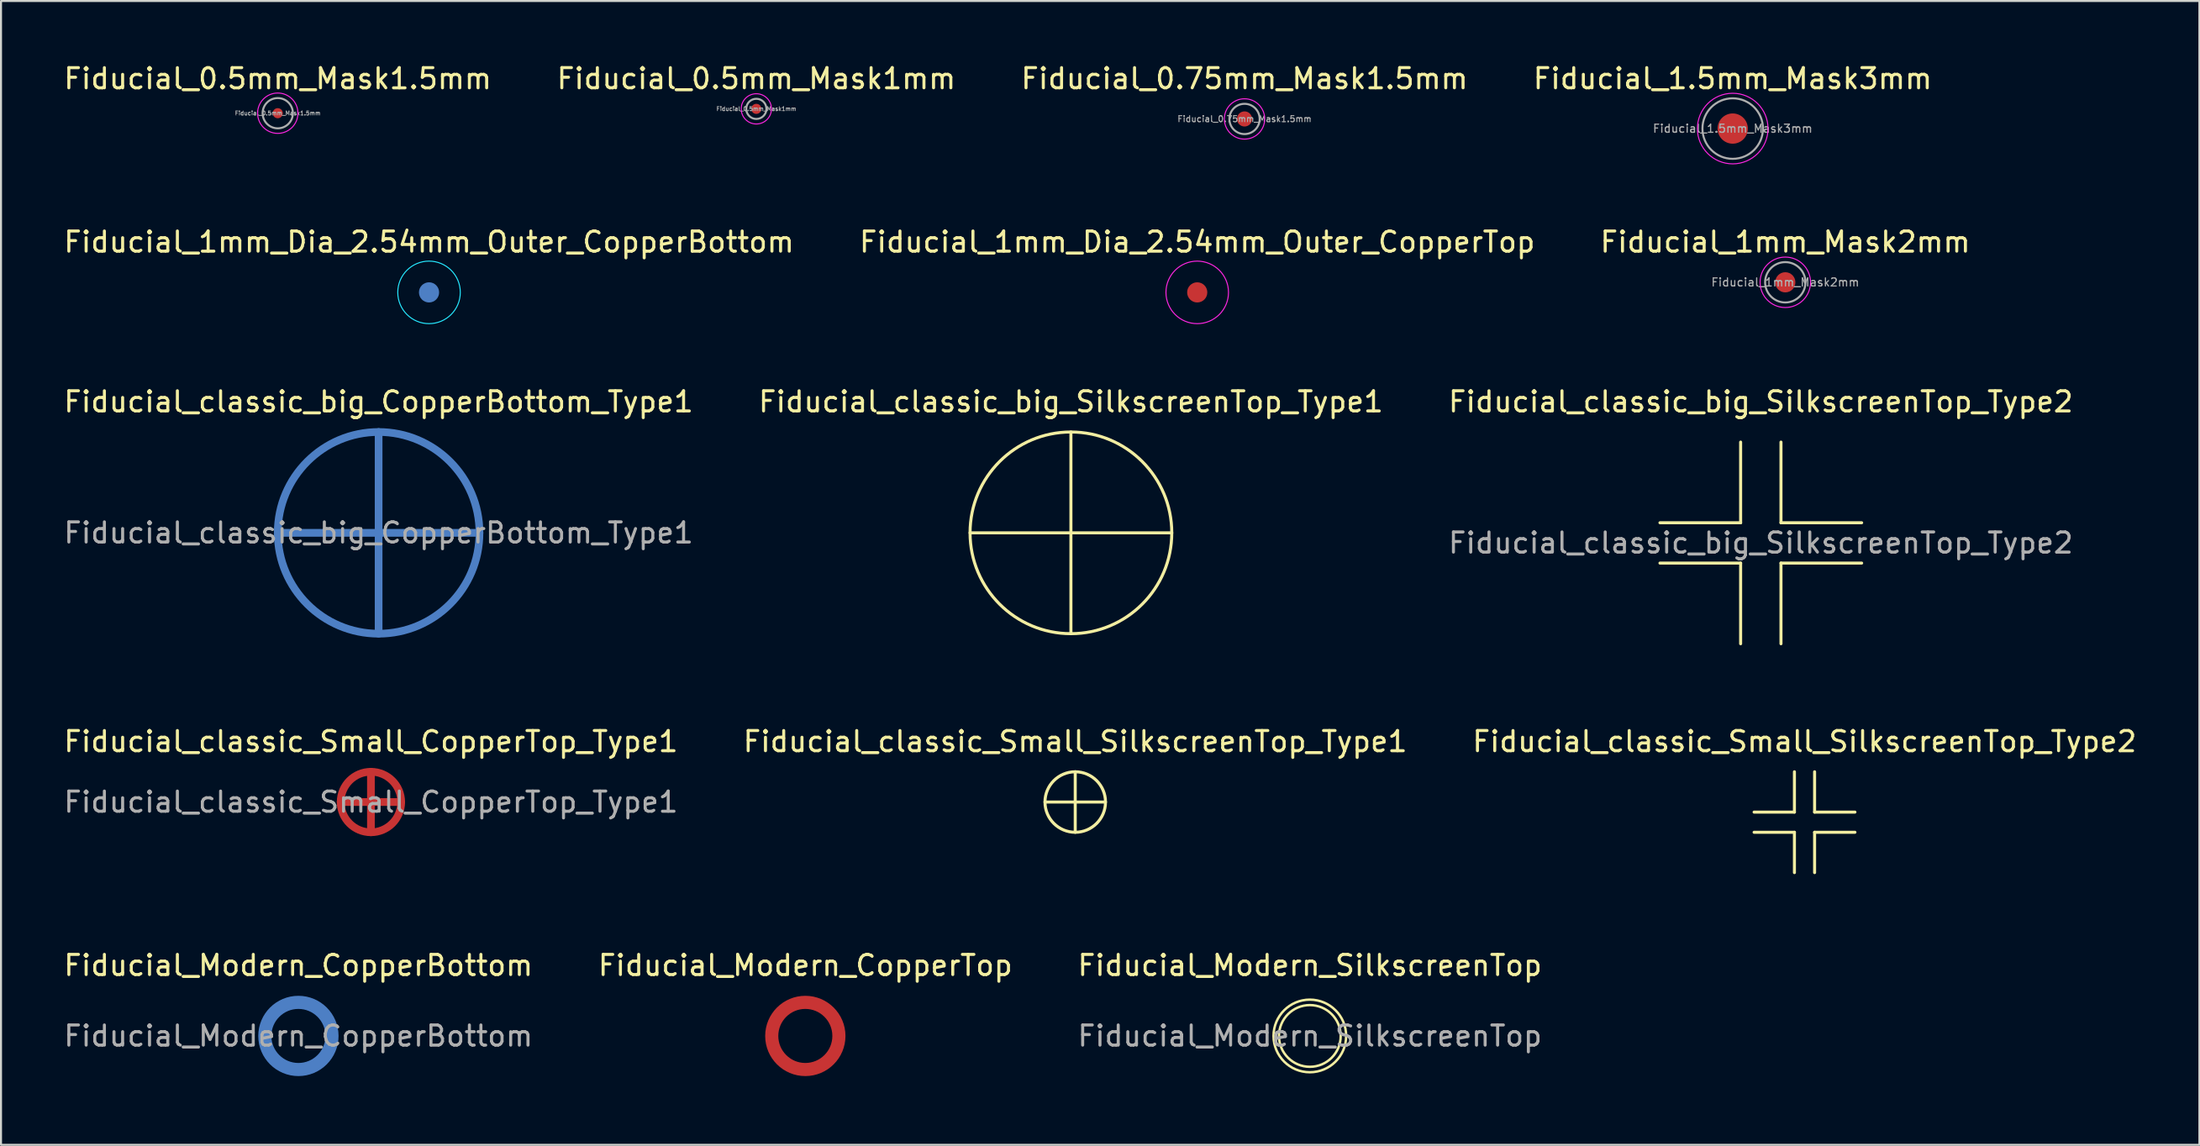
<source format=kicad_pcb>
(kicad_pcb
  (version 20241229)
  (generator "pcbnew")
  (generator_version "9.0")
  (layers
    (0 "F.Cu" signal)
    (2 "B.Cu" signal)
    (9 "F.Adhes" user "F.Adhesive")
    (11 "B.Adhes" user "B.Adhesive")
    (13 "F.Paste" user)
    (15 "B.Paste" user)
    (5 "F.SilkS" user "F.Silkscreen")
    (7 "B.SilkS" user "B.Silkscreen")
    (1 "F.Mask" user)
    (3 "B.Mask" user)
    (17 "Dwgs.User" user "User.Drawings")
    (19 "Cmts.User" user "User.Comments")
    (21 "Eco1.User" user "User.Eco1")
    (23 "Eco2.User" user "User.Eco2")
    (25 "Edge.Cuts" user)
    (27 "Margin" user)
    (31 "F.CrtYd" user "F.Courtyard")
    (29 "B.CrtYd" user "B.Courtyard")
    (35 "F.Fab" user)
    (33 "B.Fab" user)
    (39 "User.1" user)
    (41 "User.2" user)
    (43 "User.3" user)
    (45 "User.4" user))
  (footprint "Fiducial_classic_big_SilkscreenTop_Type1"
    (layer "F.Cu")
    (at 50.042 23.371)
    (property "Reference" "Fiducial_classic_big_SilkscreenTop_Type1" (at 0 -6.5 0) (layer "F.SilkS") (effects (font (size 1 1) (thickness 0.15))))
    (attr smd)
    (fp_line (start -5 0) (end 5 0) (stroke (width 0.15) (type solid)) (layer "F.SilkS"))
    (fp_line (start 0 -5) (end 0 5) (stroke (width 0.15) (type solid)) (layer "F.SilkS"))
    (fp_circle (center 0 0) (end 5 0) (stroke (width 0.15) (type solid)) (fill no) (layer "F.SilkS"))
    (pad "" smd circle (at 0 0) (size 11 11) (layers "F.Mask")))
  (footprint "Fiducial_classic_big_SilkscreenTop_Type2"
    (layer "F.Cu")
    (at 84.244 23.871)
    (property "Reference" "Fiducial_classic_big_SilkscreenTop_Type2" (at 0 -7 0) (layer "F.SilkS") (effects (font (size 1 1) (thickness 0.15))))
    (attr smd)
    (fp_line (start -1 -1) (end -5 -1) (stroke (width 0.15) (type solid)) (layer "F.SilkS"))
    (fp_line (start -1 -1) (end -1 -5) (stroke (width 0.15) (type solid)) (layer "F.SilkS"))
    (fp_line (start -1 1) (end -5 1) (stroke (width 0.15) (type solid)) (layer "F.SilkS"))
    (fp_line (start -1 1) (end -1 5) (stroke (width 0.15) (type solid)) (layer "F.SilkS"))
    (fp_line (start 1 -1) (end 1 -5) (stroke (width 0.15) (type solid)) (layer "F.SilkS"))
    (fp_line (start 1 -1) (end 5 -1) (stroke (width 0.15) (type solid)) (layer "F.SilkS"))
    (fp_line (start 1 1) (end 1 5) (stroke (width 0.15) (type solid)) (layer "F.SilkS"))
    (fp_line (start 1 1) (end 5 1) (stroke (width 0.15) (type solid)) (layer "F.SilkS"))
    (fp_text user "${REFERENCE}" (at 0 0 0) (layer "F.Fab") (effects (font (size 1 1) (thickness 0.15))))
    (pad "" smd rect (at 0 0) (size 12 12) (layers "F.Mask")))
  (footprint "Fiducial_classic_Small_CopperTop_Type1"
    (layer "F.Cu")
    (at 15.339 36.719)
    (property "Reference" "Fiducial_classic_Small_CopperTop_Type1" (at 0 -3 0) (layer "F.SilkS") (effects (font (size 1 1) (thickness 0.15))))
    (attr smd)
    (fp_line (start -1.5 0) (end 1.5 0) (stroke (width 0.381) (type solid)) (layer "F.Cu"))
    (fp_line (start 0 -1.5) (end 0 1.5) (stroke (width 0.381) (type solid)) (layer "F.Cu"))
    (fp_circle (center 0 0) (end 1.5 0) (stroke (width 0.381) (type solid)) (fill no) (layer "F.Cu"))
    (fp_text user "${REFERENCE}" (at 0 0 0) (layer "F.Fab") (effects (font (size 1 1) (thickness 0.15))))
    (pad "" smd circle (at 0 0) (size 4.5 4.5) (layers "F.Mask")))
  (footprint "Fiducial_Modern_CopperBottom"
    (layer "F.Cu")
    (at 11.744 48.318)
    (property "Reference" "Fiducial_Modern_CopperBottom" (at 0 -3.5 0) (layer "F.SilkS") (effects (font (size 1 1) (thickness 0.15))))
    (attr smd)
    (fp_circle (center 0 0) (end 1.665 0) (stroke (width 0.65) (type solid)) (fill no) (layer "B.Cu"))
    (fp_text user "${REFERENCE}" (at 0 0 0) (layer "F.Fab") (effects (font (size 1 1) (thickness 0.15))))
    (pad "" smd circle (at 0 0) (size 4.8 4.8) (layers "B.Mask")))
  (footprint "Fiducial_1.5mm_Mask3mm"
    (layer "F.Cu")
    (at 82.851 3.325)
    (property "Reference" "Fiducial_1.5mm_Mask3mm" (at 0 -2.477 0) (layer "F.SilkS") (effects (font (size 1 1) (thickness 0.15))))
    (attr exclude_from_pos_files exclude_from_bom)
    (fp_circle (center 0 0) (end 1.75 0) (stroke (width 0.05) (type solid)) (fill no) (layer "F.CrtYd"))
    (fp_circle (center 0 0) (end 1.5 0) (stroke (width 0.1) (type solid)) (fill no) (layer "F.Fab"))
    (fp_text user "${REFERENCE}" (at 0 0 0) (layer "F.Fab") (effects (font (size 0.4 0.4) (thickness 0.06))))
    (pad "~" smd circle (at 0 0) (size 1.5 1.5) (layers "F.Cu" "F.Mask")))
  (footprint "Fiducial_1mm_Dia_2.54mm_Outer_CopperBottom"
    (layer "F.Cu")
    (at 18.22 11.448)
    (property "Reference" "Fiducial_1mm_Dia_2.54mm_Outer_CopperBottom" (at 0 -2.5 0) (layer "F.SilkS") (effects (font (size 1 1) (thickness 0.15))))
    (attr smd)
    (fp_circle (center 0 0) (end 1.55 0) (stroke (width 0.05) (type solid)) (fill no) (layer "B.CrtYd"))
    (pad "" smd circle (at 0 0) (size 1 1) (layers "B.Cu" "B.Mask")))
  (footprint "Fiducial_0.5mm_Mask1mm"
    (layer "F.Cu")
    (at 34.446 2.348)
    (property "Reference" "Fiducial_0.5mm_Mask1mm" (at 0 -1.5 0) (layer "F.SilkS") (effects (font (size 1 1) (thickness 0.15))))
    (attr exclude_from_pos_files exclude_from_bom)
    (fp_circle (center 0 0) (end 0.75 0) (stroke (width 0.05) (type solid)) (fill no) (layer "F.CrtYd"))
    (fp_circle (center 0 0) (end 0.5 0) (stroke (width 0.1) (type solid)) (fill no) (layer "F.Fab"))
    (fp_text user "${REFERENCE}" (at 0 0 0) (layer "F.Fab") (effects (font (size 0.2 0.2) (thickness 0.04))))
    (pad "~" smd circle (at 0 0) (size 0.5 0.5) (layers "F.Cu" "F.Mask")))
  (footprint "Fiducial_0.5mm_Mask1.5mm"
    (layer "F.Cu")
    (at 10.72 2.563)
    (property "Reference" "Fiducial_0.5mm_Mask1.5mm" (at 0 -1.714 0) (layer "F.SilkS") (effects (font (size 1 1) (thickness 0.15))))
    (attr exclude_from_pos_files exclude_from_bom)
    (fp_circle (center 0 0) (end 1 0) (stroke (width 0.05) (type solid)) (fill no) (layer "F.CrtYd"))
    (fp_circle (center 0 0) (end 0.75 0) (stroke (width 0.1) (type solid)) (fill no) (layer "F.Fab"))
    (fp_text user "${REFERENCE}" (at 0 0 0) (layer "F.Fab") (effects (font (size 0.2 0.2) (thickness 0.04))))
    (pad "~" smd circle (at 0 0) (size 0.5 0.5) (layers "F.Cu" "F.Mask")))
  (footprint "Fiducial_1mm_Mask2mm"
    (layer "F.Cu")
    (at 85.458 10.948)
    (property "Reference" "Fiducial_1mm_Mask2mm" (at 0 -2 0) (layer "F.SilkS") (effects (font (size 1 1) (thickness 0.15))))
    (attr exclude_from_pos_files exclude_from_bom)
    (fp_circle (center 0 0) (end 1.25 0) (stroke (width 0.05) (type solid)) (fill no) (layer "F.CrtYd"))
    (fp_circle (center 0 0) (end 1 0) (stroke (width 0.1) (type solid)) (fill no) (layer "F.Fab"))
    (fp_text user "${REFERENCE}" (at 0 0 0) (layer "F.Fab") (effects (font (size 0.4 0.4) (thickness 0.06))))
    (pad "~" smd circle (at 0 0) (size 1 1) (layers "F.Cu" "F.Mask")))
  (footprint "Fiducial_1mm_Dia_2.54mm_Outer_CopperTop"
    (layer "F.Cu")
    (at 56.304 11.448)
    (property "Reference" "Fiducial_1mm_Dia_2.54mm_Outer_CopperTop" (at 0 -2.5 0) (layer "F.SilkS") (effects (font (size 1 1) (thickness 0.15))))
    (attr smd)
    (fp_circle (center 0 0) (end 1.55 0) (stroke (width 0.05) (type solid)) (fill no) (layer "F.CrtYd"))
    (pad "" smd circle (at 0 0) (size 1 1) (layers "F.Cu" "F.Mask")))
  (footprint "Fiducial_classic_Small_SilkscreenTop_Type1"
    (layer "F.Cu")
    (at 50.256 36.719)
    (property "Reference" "Fiducial_classic_Small_SilkscreenTop_Type1" (at 0 -3 0) (layer "F.SilkS") (effects (font (size 1 1) (thickness 0.15))))
    (attr smd)
    (fp_line (start -1.5 0) (end 1.5 0) (stroke (width 0.15) (type solid)) (layer "F.SilkS"))
    (fp_line (start 0 -1.5) (end 0 1.5) (stroke (width 0.15) (type solid)) (layer "F.SilkS"))
    (fp_circle (center 0 0) (end 1.5 0) (stroke (width 0.15) (type solid)) (fill no) (layer "F.SilkS"))
    (pad "" smd circle (at 0 0) (size 4.5 4.5) (layers "F.Mask")))
  (footprint "Fiducial_Modern_SilkscreenTop"
    (layer "F.Cu")
    (at 61.887 48.318)
    (property "Reference" "Fiducial_Modern_SilkscreenTop" (at 0 -3.5 0) (layer "F.SilkS") (effects (font (size 1 1) (thickness 0.15))))
    (attr smd)
    (fp_circle (center 0 0) (end 1.53 0) (stroke (width 0.12) (type solid)) (fill no) (layer "F.SilkS"))
    (fp_circle (center 0 0) (end 1.8 0) (stroke (width 0.12) (type solid)) (fill no) (layer "F.SilkS"))
    (fp_text user "${REFERENCE}" (at 0 0 0) (layer "F.Fab") (effects (font (size 1 1) (thickness 0.15))))
    (pad "" smd circle (at 0 0) (size 4.8 4.8) (layers "F.Mask")))
  (footprint "Fiducial_0.75mm_Mask1.5mm"
    (layer "F.Cu")
    (at 58.649 2.848)
    (property "Reference" "Fiducial_0.75mm_Mask1.5mm" (at 0 -2 0) (layer "F.SilkS") (effects (font (size 1 1) (thickness 0.15))))
    (attr exclude_from_pos_files exclude_from_bom)
    (fp_circle (center 0 0) (end 1 0) (stroke (width 0.05) (type solid)) (fill no) (layer "F.CrtYd"))
    (fp_circle (center 0 0) (end 0.75 0) (stroke (width 0.1) (type solid)) (fill no) (layer "F.Fab"))
    (fp_text user "${REFERENCE}" (at 0 0 0) (layer "F.Fab") (effects (font (size 0.3 0.3) (thickness 0.05))))
    (pad "~" smd circle (at 0 0) (size 0.75 0.75) (layers "F.Cu" "F.Mask")))
  (footprint "Fiducial_Modern_CopperTop"
    (layer "F.Cu")
    (at 36.875 48.318)
    (property "Reference" "Fiducial_Modern_CopperTop" (at 0 -3.5 0) (layer "F.SilkS") (effects (font (size 1 1) (thickness 0.15))))
    (attr smd)
    (fp_circle (center 0 0) (end 1.665 0) (stroke (width 0.65) (type solid)) (fill no) (layer "F.Cu"))
    (pad "" smd circle (at 0 0) (size 4.8 4.8) (layers "F.Mask")))
  (footprint "Fiducial_classic_Small_SilkscreenTop_Type2"
    (layer "F.Cu")
    (at 86.411 37.719)
    (property "Reference" "Fiducial_classic_Small_SilkscreenTop_Type2" (at 0 -4 0) (layer "F.SilkS") (effects (font (size 1 1) (thickness 0.15))))
    (attr smd)
    (fp_line (start -0.5 -0.5) (end -2.5 -0.5) (stroke (width 0.15) (type solid)) (layer "F.SilkS"))
    (fp_line (start -0.5 -0.5) (end -0.5 -2.5) (stroke (width 0.15) (type solid)) (layer "F.SilkS"))
    (fp_line (start -0.5 0.5) (end -2.5 0.5) (stroke (width 0.15) (type solid)) (layer "F.SilkS"))
    (fp_line (start -0.5 0.5) (end -0.5 2.5) (stroke (width 0.15) (type solid)) (layer "F.SilkS"))
    (fp_line (start 0.5 -0.5) (end 0.5 -2.5) (stroke (width 0.15) (type solid)) (layer "F.SilkS"))
    (fp_line (start 0.5 -0.5) (end 2.5 -0.5) (stroke (width 0.15) (type solid)) (layer "F.SilkS"))
    (fp_line (start 0.5 0.5) (end 0.5 2.5) (stroke (width 0.15) (type solid)) (layer "F.SilkS"))
    (fp_line (start 0.5 0.5) (end 2.5 0.5) (stroke (width 0.15) (type solid)) (layer "F.SilkS"))
    (pad "" smd circle (at 0 0) (size 6.5 6.5) (layers "F.Mask")))
  (footprint "Fiducial_classic_big_CopperBottom_Type1"
    (layer "F.Cu")
    (at 15.72 23.371)
    (property "Reference" "Fiducial_classic_big_CopperBottom_Type1" (at 0 -6.5 0) (layer "F.SilkS") (effects (font (size 1 1) (thickness 0.15))))
    (attr smd)
    (fp_line (start -5 0) (end 5 0) (stroke (width 0.381) (type solid)) (layer "B.Cu"))
    (fp_line (start 0 -5) (end 0 5) (stroke (width 0.381) (type solid)) (layer "B.Cu"))
    (fp_circle (center 0 0) (end 5 0) (stroke (width 0.381) (type solid)) (fill no) (layer "B.Cu"))
    (fp_text user "${REFERENCE}" (at 0 0 0) (layer "F.Fab") (effects (font (size 1 1) (thickness 0.15))))
    (pad "" smd circle (at 0 0) (size 10.8 10.8) (layers "B.Mask")))
  (gr_rect
    (start -3 -3)
    (end 105.988 53.718)
    (stroke (width 0.1) (type default))
    (fill no)
    (layer "Edge.Cuts")))
</source>
